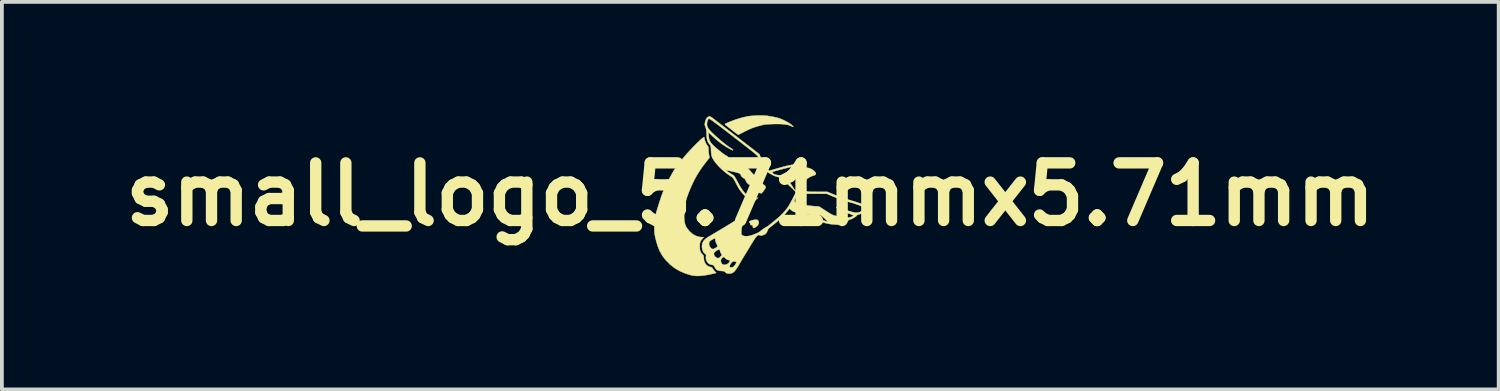
<source format=kicad_pcb>
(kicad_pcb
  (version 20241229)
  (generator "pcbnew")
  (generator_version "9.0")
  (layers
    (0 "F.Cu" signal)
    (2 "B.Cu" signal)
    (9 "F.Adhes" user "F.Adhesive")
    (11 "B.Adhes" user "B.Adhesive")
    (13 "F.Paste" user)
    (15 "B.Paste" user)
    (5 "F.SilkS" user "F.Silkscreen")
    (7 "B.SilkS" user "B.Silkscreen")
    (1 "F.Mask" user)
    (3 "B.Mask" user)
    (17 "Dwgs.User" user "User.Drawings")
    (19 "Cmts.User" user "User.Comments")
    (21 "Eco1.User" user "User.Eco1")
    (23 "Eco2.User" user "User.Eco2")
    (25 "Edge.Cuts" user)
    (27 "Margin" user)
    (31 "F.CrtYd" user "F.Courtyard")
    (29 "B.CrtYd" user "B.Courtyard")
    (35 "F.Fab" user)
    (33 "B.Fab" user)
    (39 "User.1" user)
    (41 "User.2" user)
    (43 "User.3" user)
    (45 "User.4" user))
  (footprint "small_logo_5.71mmx5.71mm"
    (layer "F.Cu")
    (at 16.808 2.096)
    (property "Reference" "small_logo_5.71mmx5.71mm" (at 0 0 0) (layer "F.SilkS") (effects (font (size 1.524 1.524) (thickness 0.3))))
    (attr through_hole)
    (fp_poly (pts (xy 0.179 0.67) (xy 0.197 0.679) (xy 0.206 0.689) (xy 0.225 0.727) (xy 0.222 0.771) (xy 0.2 0.815) (xy 0.16 0.854) (xy 0.148 0.862) (xy 0.109 0.883) (xy 0.084 0.887) (xy 0.07 0.875) (xy 0.068 0.87) (xy 0.066 0.841) (xy 0.068 0.832) (xy 0.067 0.818) (xy 0.046 0.813) (xy 0.038 0.813) (xy 0.01 0.809) (xy 0.001 0.794) (xy 0 0.786) (xy -0.009 0.756) (xy -0.021 0.743) (xy -0.033 0.731) (xy -0.028 0.719) (xy -0.006 0.704) (xy 0.026 0.689) (xy 0.073 0.677) (xy 0.107 0.672) (xy 0.152 0.668) (xy 0.179 0.67)) (stroke (width 0.01) (type solid)) (fill yes) (layer "F.SilkS"))
    (fp_poly (pts (xy 0.445 -2.081) (xy 0.578 -2.06) (xy 0.726 -2.027) (xy 0.733 -2.025) (xy 0.797 -2.004) (xy 0.87 -1.973) (xy 0.946 -1.935) (xy 1.017 -1.894) (xy 1.076 -1.855) (xy 1.103 -1.832) (xy 1.132 -1.804) (xy 1.141 -1.79) (xy 1.131 -1.789) (xy 1.1 -1.801) (xy 1.06 -1.82) (xy 1 -1.841) (xy 0.916 -1.855) (xy 0.807 -1.863) (xy 0.673 -1.865) (xy 0.608 -1.863) (xy 0.522 -1.86) (xy 0.456 -1.857) (xy 0.401 -1.852) (xy 0.353 -1.844) (xy 0.304 -1.833) (xy 0.248 -1.819) (xy 0.246 -1.818) (xy 0.164 -1.794) (xy 0.095 -1.773) (xy 0.032 -1.749) (xy -0.031 -1.722) (xy -0.104 -1.687) (xy -0.168 -1.655) (xy -0.222 -1.627) (xy -0.268 -1.604) (xy -0.301 -1.587) (xy -0.317 -1.579) (xy -0.318 -1.579) (xy -0.329 -1.586) (xy -0.357 -1.606) (xy -0.398 -1.636) (xy -0.447 -1.675) (xy -0.476 -1.697) (xy -0.532 -1.741) (xy -0.582 -1.781) (xy -0.623 -1.813) (xy -0.651 -1.834) (xy -0.658 -1.839) (xy -0.669 -1.849) (xy -0.673 -1.857) (xy -0.665 -1.866) (xy -0.643 -1.879) (xy -0.603 -1.897) (xy -0.55 -1.92) (xy -0.447 -1.96) (xy -0.334 -1.999) (xy -0.219 -2.032) (xy -0.111 -2.058) (xy -0.051 -2.069) (xy -0.005 -2.075) (xy 0.058 -2.081) (xy 0.129 -2.086) (xy 0.197 -2.09) (xy 0.32 -2.091) (xy 0.445 -2.081)) (stroke (width 0.01) (type solid)) (fill yes) (layer "F.SilkS"))
    (fp_poly (pts (xy -1.219 -1.514) (xy -1.214 -1.474) (xy -1.2 -1.424) (xy -1.18 -1.372) (xy -1.159 -1.327) (xy -1.138 -1.297) (xy -1.137 -1.296) (xy -1.12 -1.276) (xy -1.11 -1.254) (xy -1.106 -1.221) (xy -1.105 -1.178) (xy -1.103 -1.123) (xy -1.097 -1.069) (xy -1.091 -1.034) (xy -1.077 -0.978) (xy -1.164 -0.867) (xy -1.261 -0.74) (xy -1.344 -0.62) (xy -1.417 -0.501) (xy -1.485 -0.377) (xy -1.549 -0.243) (xy -1.614 -0.091) (xy -1.632 -0.046) (xy -1.68 0.086) (xy -1.715 0.205) (xy -1.737 0.319) (xy -1.748 0.437) (xy -1.749 0.464) (xy -1.751 0.58) (xy -1.747 0.675) (xy -1.735 0.754) (xy -1.716 0.819) (xy -1.688 0.874) (xy -1.682 0.883) (xy -1.609 0.976) (xy -1.526 1.048) (xy -1.436 1.098) (xy -1.342 1.125) (xy -1.31 1.128) (xy -1.23 1.133) (xy -1.267 1.173) (xy -1.302 1.214) (xy -1.323 1.252) (xy -1.334 1.297) (xy -1.338 1.357) (xy -1.339 1.378) (xy -1.335 1.449) (xy -1.324 1.503) (xy -1.301 1.546) (xy -1.265 1.587) (xy -1.245 1.61) (xy -1.235 1.638) (xy -1.232 1.679) (xy -1.232 1.685) (xy -1.222 1.758) (xy -1.196 1.822) (xy -1.155 1.873) (xy -1.104 1.906) (xy -1.081 1.913) (xy -1.048 1.92) (xy -1.028 1.925) (xy -1.011 1.939) (xy -0.99 1.967) (xy -0.985 1.976) (xy -0.961 2.012) (xy -0.935 2.041) (xy -0.931 2.044) (xy -0.91 2.063) (xy -0.902 2.074) (xy -0.913 2.08) (xy -0.945 2.089) (xy -0.992 2.1) (xy -1.049 2.112) (xy -1.111 2.125) (xy -1.174 2.136) (xy -1.229 2.145) (xy -1.332 2.156) (xy -1.432 2.157) (xy -1.521 2.148) (xy -1.556 2.141) (xy -1.722 2.09) (xy -1.87 2.027) (xy -2.001 1.949) (xy -2.122 1.855) (xy -2.235 1.74) (xy -2.257 1.715) (xy -2.333 1.614) (xy -2.396 1.501) (xy -2.449 1.372) (xy -2.493 1.224) (xy -2.496 1.21) (xy -2.515 1.134) (xy -2.527 1.072) (xy -2.535 1.018) (xy -2.539 0.961) (xy -2.54 0.892) (xy -2.54 0.868) (xy -2.539 0.797) (xy -2.536 0.734) (xy -2.53 0.673) (xy -2.521 0.612) (xy -2.506 0.546) (xy -2.487 0.47) (xy -2.46 0.38) (xy -2.427 0.274) (xy -2.406 0.208) (xy -2.373 0.105) (xy -2.344 0.02) (xy -2.317 -0.053) (xy -2.29 -0.119) (xy -2.26 -0.184) (xy -2.226 -0.256) (xy -2.188 -0.33) (xy -2.14 -0.423) (xy -2.101 -0.496) (xy -2.069 -0.555) (xy -2.042 -0.602) (xy -2.017 -0.642) (xy -1.993 -0.677) (xy -1.966 -0.713) (xy -1.938 -0.749) (xy -1.899 -0.8) (xy -1.858 -0.854) (xy -1.824 -0.901) (xy -1.823 -0.902) (xy -1.787 -0.949) (xy -1.741 -1.005) (xy -1.688 -1.067) (xy -1.629 -1.132) (xy -1.566 -1.199) (xy -1.503 -1.265) (xy -1.441 -1.328) (xy -1.382 -1.386) (xy -1.329 -1.436) (xy -1.284 -1.476) (xy -1.249 -1.503) (xy -1.227 -1.517) (xy -1.219 -1.514)) (stroke (width 0.01) (type solid)) (fill yes) (layer "F.SilkS"))
    (fp_poly (pts (xy -1.064 -2.063) (xy -1.039 -2.05) (xy -1.003 -2.025) (xy -0.969 -1.999) (xy -0.94 -1.976) (xy -0.893 -1.94) (xy -0.831 -1.892) (xy -0.755 -1.834) (xy -0.668 -1.767) (xy -0.573 -1.693) (xy -0.471 -1.615) (xy -0.365 -1.533) (xy -0.315 -1.494) (xy 0.239 -1.066) (xy 0.28 -0.968) (xy 0.319 -0.879) (xy 0.36 -0.8) (xy 0.401 -0.732) (xy 0.44 -0.679) (xy 0.475 -0.644) (xy 0.505 -0.628) (xy 0.519 -0.63) (xy 0.538 -0.636) (xy 0.577 -0.648) (xy 0.63 -0.664) (xy 0.695 -0.682) (xy 0.737 -0.694) (xy 0.858 -0.728) (xy 0.958 -0.754) (xy 1.04 -0.772) (xy 1.107 -0.784) (xy 1.162 -0.788) (xy 1.206 -0.785) (xy 1.245 -0.776) (xy 1.279 -0.761) (xy 1.3 -0.749) (xy 1.344 -0.725) (xy 1.386 -0.714) (xy 1.433 -0.711) (xy 1.533 -0.702) (xy 1.618 -0.673) (xy 1.686 -0.625) (xy 1.691 -0.621) (xy 1.726 -0.58) (xy 1.738 -0.548) (xy 1.727 -0.524) (xy 1.693 -0.506) (xy 1.673 -0.5) (xy 1.593 -0.47) (xy 1.512 -0.42) (xy 1.436 -0.356) (xy 1.369 -0.282) (xy 1.32 -0.209) (xy 1.31 -0.184) (xy 1.316 -0.167) (xy 1.334 -0.151) (xy 1.363 -0.133) (xy 1.405 -0.112) (xy 1.435 -0.099) (xy 1.46 -0.089) (xy 1.485 -0.082) (xy 1.513 -0.076) (xy 1.55 -0.073) (xy 1.598 -0.071) (xy 1.662 -0.07) (xy 1.747 -0.069) (xy 1.772 -0.069) (xy 2.038 -0.069) (xy 2.229 0.01) (xy 2.315 0.043) (xy 2.414 0.079) (xy 2.515 0.113) (xy 2.605 0.142) (xy 2.616 0.145) (xy 2.731 0.179) (xy 2.832 0.211) (xy 2.917 0.241) (xy 2.984 0.266) (xy 3.03 0.288) (xy 3.051 0.301) (xy 3.071 0.335) (xy 3.069 0.376) (xy 3.047 0.421) (xy 3.018 0.45) (xy 2.977 0.481) (xy 2.931 0.508) (xy 2.888 0.527) (xy 2.86 0.533) (xy 2.835 0.541) (xy 2.824 0.552) (xy 2.808 0.57) (xy 2.777 0.594) (xy 2.737 0.619) (xy 2.696 0.642) (xy 2.661 0.657) (xy 2.643 0.66) (xy 2.617 0.67) (xy 2.589 0.692) (xy 2.588 0.694) (xy 2.561 0.717) (xy 2.52 0.744) (xy 2.483 0.764) (xy 2.44 0.782) (xy 2.402 0.793) (xy 2.358 0.799) (xy 2.3 0.8) (xy 2.297 0.8) (xy 2.152 0.79) (xy 2.005 0.763) (xy 1.911 0.736) (xy 1.884 0.727) (xy 1.859 0.72) (xy 1.834 0.716) (xy 1.804 0.714) (xy 1.766 0.714) (xy 1.716 0.717) (xy 1.651 0.722) (xy 1.568 0.73) (xy 1.482 0.738) (xy 1.402 0.744) (xy 1.341 0.747) (xy 1.293 0.747) (xy 1.253 0.743) (xy 1.233 0.739) (xy 1.144 0.718) (xy 1.072 0.695) (xy 1.007 0.667) (xy 0.949 0.635) (xy 0.863 0.583) (xy 0.746 0.687) (xy 0.691 0.735) (xy 0.634 0.782) (xy 0.582 0.824) (xy 0.549 0.849) (xy 0.504 0.884) (xy 0.476 0.914) (xy 0.46 0.943) (xy 0.457 0.953) (xy 0.432 1.013) (xy 0.394 1.053) (xy 0.339 1.077) (xy 0.33 1.08) (xy 0.287 1.088) (xy 0.261 1.087) (xy 0.248 1.08) (xy 0.226 1.072) (xy 0.2 1.08) (xy 0.169 1.107) (xy 0.131 1.153) (xy 0.086 1.221) (xy 0.031 1.31) (xy 0.025 1.321) (xy -0.015 1.387) (xy -0.055 1.455) (xy -0.093 1.516) (xy -0.122 1.564) (xy -0.125 1.568) (xy -0.157 1.62) (xy -0.196 1.683) (xy -0.234 1.748) (xy -0.251 1.778) (xy -0.306 1.873) (xy -0.352 1.947) (xy -0.391 2.003) (xy -0.426 2.043) (xy -0.46 2.07) (xy -0.494 2.086) (xy -0.531 2.094) (xy -0.564 2.095) (xy -0.608 2.092) (xy -0.639 2.078) (xy -0.658 2.061) (xy -0.681 2.041) (xy -0.707 2.031) (xy -0.744 2.027) (xy -0.769 2.026) (xy -0.836 2.019) (xy -0.885 1.999) (xy -0.922 1.961) (xy -0.941 1.925) (xy -0.949 1.908) (xy -0.548 1.908) (xy -0.535 1.928) (xy -0.503 1.932) (xy -0.454 1.919) (xy -0.435 1.905) (xy -0.413 1.878) (xy -0.391 1.846) (xy -0.374 1.815) (xy -0.367 1.793) (xy -0.369 1.787) (xy -0.384 1.782) (xy -0.414 1.776) (xy -0.42 1.775) (xy -0.447 1.772) (xy -0.467 1.778) (xy -0.487 1.796) (xy -0.513 1.828) (xy -0.541 1.874) (xy -0.548 1.908) (xy -0.949 1.908) (xy -0.958 1.89) (xy -0.978 1.873) (xy -1.007 1.865) (xy -1.016 1.863) (xy -1.079 1.846) (xy -1.125 1.811) (xy -1.158 1.758) (xy -1.161 1.746) (xy -1.105 1.746) (xy -1.099 1.753) (xy -1.092 1.746) (xy -1.097 1.742) (xy -0.78 1.742) (xy -0.778 1.774) (xy -0.761 1.825) (xy -0.729 1.855) (xy -0.685 1.864) (xy -0.628 1.852) (xy -0.621 1.849) (xy -0.585 1.826) (xy -0.556 1.794) (xy -0.556 1.793) (xy -0.538 1.761) (xy -0.536 1.746) (xy -0.548 1.74) (xy -0.56 1.74) (xy -0.609 1.728) (xy -0.656 1.694) (xy -0.669 1.679) (xy -0.689 1.658) (xy -0.705 1.655) (xy -0.727 1.667) (xy -0.729 1.668) (xy -0.766 1.701) (xy -0.78 1.742) (xy -1.097 1.742) (xy -1.099 1.74) (xy -1.105 1.746) (xy -1.161 1.746) (xy -1.175 1.705) (xy -1.175 1.654) (xy -1.174 1.647) (xy -1.171 1.611) (xy -1.175 1.596) (xy -0.962 1.596) (xy -0.939 1.639) (xy -0.911 1.662) (xy -0.873 1.683) (xy -0.843 1.686) (xy -0.813 1.669) (xy -0.788 1.645) (xy -0.763 1.618) (xy -0.754 1.601) (xy -0.758 1.587) (xy -0.766 1.577) (xy -0.783 1.549) (xy -0.795 1.511) (xy -0.796 1.51) (xy -0.805 1.479) (xy -0.816 1.459) (xy -0.817 1.458) (xy -0.837 1.459) (xy -0.868 1.471) (xy -0.903 1.492) (xy -0.935 1.515) (xy -0.956 1.538) (xy -0.96 1.546) (xy -0.962 1.596) (xy -1.175 1.596) (xy -1.176 1.59) (xy -1.194 1.574) (xy -1.198 1.571) (xy -1.237 1.532) (xy -1.265 1.475) (xy -1.279 1.408) (xy -1.28 1.358) (xy -1.271 1.31) (xy -1.092 1.31) (xy -1.08 1.369) (xy -1.045 1.418) (xy -1.037 1.425) (xy -1.002 1.444) (xy -0.967 1.443) (xy -0.924 1.42) (xy -0.916 1.414) (xy -0.887 1.393) (xy -0.868 1.379) (xy -0.865 1.376) (xy -0.868 1.364) (xy -0.88 1.336) (xy -0.894 1.306) (xy -0.913 1.262) (xy -0.925 1.219) (xy -0.927 1.197) (xy -0.927 1.155) (xy -1.002 1.193) (xy -1.048 1.219) (xy -1.076 1.242) (xy -1.089 1.269) (xy -1.092 1.306) (xy -1.092 1.31) (xy -1.271 1.31) (xy -1.268 1.29) (xy -1.239 1.231) (xy -1.19 1.179) (xy -1.12 1.129) (xy -1.111 1.124) (xy -0.957 1.032) (xy -0.823 0.953) (xy -0.707 0.884) (xy -0.609 0.824) (xy -0.525 0.773) (xy -0.456 0.73) (xy -0.399 0.692) (xy -0.352 0.66) (xy -0.314 0.632) (xy -0.283 0.608) (xy -0.258 0.585) (xy -0.237 0.563) (xy -0.218 0.541) (xy -0.2 0.517) (xy -0.198 0.516) (xy -0.164 0.469) (xy -0.126 0.415) (xy -0.087 0.358) (xy -0.05 0.303) (xy -0.018 0.253) (xy 0.007 0.212) (xy 0.022 0.186) (xy 0.025 0.178) (xy 0.015 0.166) (xy -0.01 0.147) (xy -0.03 0.135) (xy -0.073 0.103) (xy -0.126 0.056) (xy -0.181 -0.001) (xy -0.234 -0.062) (xy -0.279 -0.122) (xy -0.291 -0.139) (xy -0.317 -0.183) (xy -0.349 -0.24) (xy -0.381 -0.301) (xy -0.394 -0.326) (xy -0.426 -0.388) (xy -0.454 -0.43) (xy -0.48 -0.457) (xy -0.491 -0.465) (xy -0.582 -0.524) (xy -0.674 -0.594) (xy -0.743 -0.654) (xy -0.673 -0.654) (xy -0.667 -0.648) (xy -0.66 -0.654) (xy -0.667 -0.66) (xy -0.673 -0.654) (xy -0.743 -0.654) (xy -0.762 -0.671) (xy -0.844 -0.752) (xy -0.914 -0.832) (xy -0.969 -0.906) (xy -0.993 -0.95) (xy -1.009 -0.984) (xy -0.622 -0.984) (xy -0.616 -0.978) (xy -0.61 -0.984) (xy -0.616 -0.991) (xy -0.622 -0.984) (xy -1.009 -0.984) (xy -1.013 -0.993) (xy -1.026 -1.03) (xy -1.033 -1.07) (xy -1.037 -1.122) (xy -1.039 -1.161) (xy -1.042 -1.22) (xy -1.045 -1.26) (xy -1.052 -1.286) (xy -1.062 -1.306) (xy -1.078 -1.325) (xy -1.08 -1.327) (xy -1.117 -1.379) (xy -1.142 -1.442) (xy -1.154 -1.523) (xy -1.157 -1.594) (xy -1.158 -1.661) (xy -1.164 -1.712) (xy -1.176 -1.756) (xy -1.184 -1.775) (xy -1.199 -1.817) (xy -1.205 -1.85) (xy -1.203 -1.871) (xy -1.148 -1.871) (xy -1.145 -1.824) (xy -1.143 -1.816) (xy -1.129 -1.779) (xy -1.107 -1.741) (xy -1.074 -1.699) (xy -1.028 -1.65) (xy -0.965 -1.59) (xy -0.915 -1.544) (xy -0.817 -1.457) (xy -0.724 -1.379) (xy -0.639 -1.312) (xy -0.565 -1.258) (xy -0.511 -1.223) (xy -0.48 -1.203) (xy -0.46 -1.186) (xy -0.457 -1.18) (xy -0.46 -1.171) (xy -0.47 -1.171) (xy -0.494 -1.18) (xy -0.524 -1.195) (xy -0.643 -1.262) (xy -0.761 -1.341) (xy -0.882 -1.436) (xy -1.009 -1.551) (xy -1.014 -1.556) (xy -1.108 -1.645) (xy -1.103 -1.556) (xy -1.095 -1.49) (xy -1.08 -1.434) (xy -1.052 -1.382) (xy -1.011 -1.33) (xy -0.951 -1.272) (xy -0.915 -1.24) (xy -0.83 -1.168) (xy -0.761 -1.112) (xy -0.704 -1.069) (xy -0.657 -1.038) (xy -0.63 -1.022) (xy -0.601 -1.004) (xy -0.585 -0.987) (xy -0.584 -0.983) (xy -0.576 -0.974) (xy -0.552 -0.96) (xy -0.509 -0.94) (xy -0.447 -0.913) (xy -0.364 -0.879) (xy -0.259 -0.837) (xy -0.222 -0.822) (xy -0.188 -0.808) (xy -0.159 -0.79) (xy -0.13 -0.766) (xy -0.095 -0.732) (xy -0.052 -0.682) (xy -0.038 -0.667) (xy 0.021 -0.599) (xy 0.084 -0.529) (xy 0.148 -0.461) (xy 0.209 -0.397) (xy 0.265 -0.341) (xy 0.313 -0.295) (xy 0.349 -0.262) (xy 0.371 -0.246) (xy 0.4 -0.221) (xy 0.406 -0.187) (xy 0.389 -0.143) (xy 0.349 -0.089) (xy 0.335 -0.073) (xy 0.295 -0.029) (xy 0.225 -0.043) (xy 0.154 -0.065) (xy 0.108 -0.095) (xy 0.267 -0.095) (xy 0.273 -0.089) (xy 0.279 -0.095) (xy 0.273 -0.102) (xy 0.267 -0.095) (xy 0.108 -0.095) (xy 0.102 -0.099) (xy 0.067 -0.149) (xy 0.055 -0.177) (xy 0.038 -0.217) (xy 0.019 -0.238) (xy 0.001 -0.246) (xy -0.036 -0.263) (xy -0.075 -0.295) (xy -0.106 -0.334) (xy -0.121 -0.369) (xy -0.137 -0.401) (xy -0.174 -0.43) (xy -0.182 -0.435) (xy -0.224 -0.466) (xy -0.248 -0.504) (xy -0.249 -0.508) (xy -0.263 -0.538) (xy -0.286 -0.556) (xy -0.319 -0.569) (xy -0.358 -0.579) (xy -0.408 -0.592) (xy -0.464 -0.605) (xy -0.52 -0.618) (xy -0.572 -0.629) (xy -0.614 -0.637) (xy -0.64 -0.641) (xy -0.646 -0.641) (xy -0.638 -0.633) (xy -0.615 -0.615) (xy -0.581 -0.591) (xy -0.542 -0.566) (xy -0.504 -0.542) (xy -0.472 -0.524) (xy -0.464 -0.519) (xy -0.445 -0.507) (xy -0.425 -0.484) (xy -0.401 -0.449) (xy -0.371 -0.396) (xy -0.342 -0.341) (xy -0.269 -0.21) (xy -0.198 -0.102) (xy -0.125 -0.014) (xy -0.051 0.055) (xy -0.003 0.089) (xy 0.032 0.108) (xy 0.066 0.116) (xy 0.106 0.113) (xy 0.158 0.099) (xy 0.186 0.089) (xy 0.205 0.083) (xy 0.208 0.086) (xy 0.194 0.1) (xy 0.171 0.119) (xy 0.137 0.149) (xy 0.109 0.176) (xy 0.084 0.203) (xy 0.059 0.235) (xy 0.029 0.279) (xy -0.01 0.338) (xy -0.022 0.356) (xy -0.107 0.503) (xy -0.169 0.652) (xy -0.212 0.812) (xy -0.223 0.87) (xy -0.234 0.942) (xy -0.239 0.993) (xy -0.239 1.029) (xy -0.234 1.054) (xy -0.222 1.072) (xy -0.216 1.079) (xy -0.184 1.096) (xy -0.135 1.105) (xy -0.075 1.104) (xy -0.011 1.095) (xy 0.039 1.081) (xy 0.096 1.059) (xy 0.152 1.037) (xy 0.2 1.015) (xy 0.236 0.996) (xy 0.255 0.983) (xy 0.256 0.981) (xy 0.268 0.97) (xy 0.294 0.949) (xy 0.329 0.924) (xy 0.366 0.898) (xy 0.399 0.877) (xy 0.42 0.865) (xy 0.424 0.864) (xy 0.44 0.856) (xy 0.472 0.834) (xy 0.515 0.801) (xy 0.567 0.759) (xy 0.624 0.713) (xy 0.683 0.663) (xy 0.739 0.615) (xy 0.79 0.57) (xy 0.818 0.543) (xy 0.902 0.543) (xy 0.95 0.574) (xy 1.046 0.627) (xy 1.153 0.666) (xy 1.184 0.673) (xy 1.215 0.679) (xy 1.254 0.682) (xy 1.305 0.683) (xy 1.369 0.683) (xy 1.451 0.68) (xy 1.551 0.676) (xy 1.674 0.67) (xy 1.734 0.666) (xy 1.795 0.664) (xy 1.841 0.664) (xy 1.878 0.669) (xy 1.917 0.68) (xy 1.949 0.691) (xy 1.994 0.707) (xy 2.029 0.718) (xy 2.047 0.724) (xy 2.048 0.724) (xy 2.044 0.716) (xy 2.025 0.694) (xy 1.995 0.662) (xy 1.974 0.641) (xy 1.934 0.604) (xy 1.897 0.574) (xy 1.869 0.555) (xy 1.861 0.551) (xy 1.832 0.551) (xy 1.791 0.559) (xy 1.772 0.564) (xy 1.701 0.578) (xy 1.634 0.57) (xy 1.591 0.551) (xy 1.559 0.54) (xy 1.509 0.539) (xy 1.49 0.541) (xy 1.445 0.544) (xy 1.412 0.539) (xy 1.381 0.525) (xy 1.355 0.509) (xy 1.308 0.483) (xy 1.263 0.472) (xy 1.231 0.47) (xy 1.174 0.465) (xy 1.129 0.449) (xy 1.085 0.417) (xy 1.075 0.408) (xy 1.039 0.375) (xy 1.008 0.413) (xy 0.979 0.448) (xy 0.947 0.488) (xy 0.939 0.497) (xy 0.902 0.543) (xy 0.818 0.543) (xy 0.831 0.531) (xy 0.858 0.504) (xy 0.908 0.448) (xy 0.951 0.397) (xy 0.989 0.346) (xy 1.025 0.289) (xy 1.064 0.221) (xy 1.096 0.161) (xy 1.167 0.161) (xy 1.168 0.186) (xy 1.184 0.204) (xy 1.219 0.22) (xy 1.274 0.238) (xy 1.3 0.246) (xy 1.375 0.267) (xy 1.452 0.283) (xy 1.538 0.296) (xy 1.639 0.306) (xy 1.702 0.311) (xy 1.822 0.32) (xy 1.999 0.435) (xy 2.06 0.474) (xy 2.116 0.508) (xy 2.163 0.534) (xy 2.196 0.55) (xy 2.208 0.554) (xy 2.237 0.56) (xy 2.279 0.572) (xy 2.328 0.589) (xy 2.33 0.59) (xy 2.382 0.607) (xy 2.426 0.616) (xy 2.474 0.619) (xy 2.527 0.618) (xy 2.61 0.611) (xy 2.67 0.596) (xy 2.683 0.59) (xy 2.712 0.574) (xy 2.729 0.561) (xy 2.731 0.559) (xy 2.719 0.551) (xy 2.69 0.537) (xy 2.647 0.519) (xy 2.619 0.509) (xy 2.552 0.482) (xy 2.48 0.451) (xy 2.41 0.418) (xy 2.347 0.386) (xy 2.297 0.358) (xy 2.271 0.341) (xy 2.272 0.337) (xy 2.295 0.341) (xy 2.339 0.353) (xy 2.4 0.372) (xy 2.478 0.397) (xy 2.486 0.4) (xy 2.59 0.434) (xy 2.674 0.459) (xy 2.741 0.475) (xy 2.794 0.483) (xy 2.839 0.483) (xy 2.877 0.475) (xy 2.912 0.459) (xy 2.938 0.443) (xy 2.983 0.409) (xy 3.01 0.378) (xy 3.019 0.354) (xy 3.014 0.343) (xy 2.996 0.333) (xy 2.96 0.317) (xy 2.911 0.297) (xy 2.854 0.276) (xy 2.797 0.255) (xy 2.743 0.237) (xy 2.7 0.224) (xy 2.694 0.223) (xy 2.604 0.198) (xy 2.502 0.166) (xy 2.395 0.13) (xy 2.291 0.093) (xy 2.2 0.058) (xy 2.16 0.041) (xy 2.026 -0.017) (xy 1.48 -0.019) (xy 1.391 -0.063) (xy 1.348 -0.084) (xy 1.314 -0.101) (xy 1.295 -0.11) (xy 1.294 -0.111) (xy 1.285 -0.103) (xy 1.272 -0.079) (xy 1.27 -0.074) (xy 1.257 -0.043) (xy 1.237 0.002) (xy 1.213 0.055) (xy 1.203 0.075) (xy 1.18 0.126) (xy 1.167 0.161) (xy 1.096 0.161) (xy 1.109 0.137) (xy 1.125 0.106) (xy 1.211 -0.061) (xy 1.086 -0.182) (xy 1.037 -0.229) (xy 0.99 -0.27) (xy 0.952 -0.302) (xy 0.925 -0.321) (xy 0.922 -0.323) (xy 0.891 -0.343) (xy 0.856 -0.375) (xy 0.842 -0.391) (xy 1.003 -0.391) (xy 1.015 -0.356) (xy 1.044 -0.312) (xy 1.081 -0.263) (xy 1.107 -0.229) (xy 1.125 -0.202) (xy 1.13 -0.19) (xy 1.138 -0.176) (xy 1.155 -0.151) (xy 1.176 -0.126) (xy 1.194 -0.106) (xy 1.201 -0.102) (xy 1.209 -0.112) (xy 1.224 -0.139) (xy 1.24 -0.168) (xy 1.277 -0.235) (xy 1.321 -0.302) (xy 1.367 -0.363) (xy 1.41 -0.41) (xy 1.429 -0.427) (xy 1.475 -0.464) (xy 1.436 -0.507) (xy 1.412 -0.538) (xy 1.398 -0.566) (xy 1.397 -0.574) (xy 1.392 -0.594) (xy 1.377 -0.593) (xy 1.357 -0.571) (xy 1.345 -0.553) (xy 1.319 -0.51) (xy 1.274 -0.54) (xy 1.23 -0.571) (xy 1.194 -0.544) (xy 1.152 -0.524) (xy 1.127 -0.525) (xy 1.102 -0.525) (xy 1.076 -0.509) (xy 1.058 -0.492) (xy 1.025 -0.454) (xy 1.006 -0.422) (xy 1.003 -0.391) (xy 0.842 -0.391) (xy 0.836 -0.397) (xy 0.803 -0.432) (xy 0.774 -0.451) (xy 0.738 -0.461) (xy 0.735 -0.461) (xy 0.68 -0.475) (xy 0.614 -0.502) (xy 0.544 -0.538) (xy 0.479 -0.579) (xy 0.465 -0.59) (xy 0.584 -0.59) (xy 0.589 -0.57) (xy 0.611 -0.548) (xy 0.638 -0.533) (xy 0.696 -0.516) (xy 0.77 -0.509) (xy 0.851 -0.511) (xy 0.93 -0.522) (xy 1.001 -0.542) (xy 1.049 -0.566) (xy 1.074 -0.594) (xy 1.105 -0.594) (xy 1.111 -0.565) (xy 1.124 -0.55) (xy 1.154 -0.543) (xy 1.183 -0.554) (xy 1.202 -0.579) (xy 1.201 -0.605) (xy 1.181 -0.625) (xy 1.151 -0.633) (xy 1.144 -0.632) (xy 1.117 -0.619) (xy 1.105 -0.594) (xy 1.074 -0.594) (xy 1.076 -0.596) (xy 1.079 -0.603) (xy 1.102 -0.63) (xy 1.139 -0.649) (xy 1.181 -0.656) (xy 1.218 -0.648) (xy 1.218 -0.648) (xy 1.244 -0.64) (xy 1.266 -0.651) (xy 1.271 -0.655) (xy 1.289 -0.675) (xy 1.295 -0.686) (xy 1.284 -0.699) (xy 1.256 -0.714) (xy 1.22 -0.727) (xy 1.183 -0.735) (xy 1.166 -0.737) (xy 1.122 -0.733) (xy 1.056 -0.721) (xy 0.97 -0.702) (xy 0.867 -0.676) (xy 0.748 -0.645) (xy 0.617 -0.607) (xy 0.6 -0.602) (xy 0.584 -0.59) (xy 0.465 -0.59) (xy 0.426 -0.62) (xy 0.416 -0.63) (xy 0.376 -0.678) (xy 0.333 -0.743) (xy 0.29 -0.819) (xy 0.25 -0.901) (xy 0.222 -0.969) (xy 0.217 -0.982) (xy 0.21 -0.994) (xy 0.2 -1.008) (xy 0.185 -1.025) (xy 0.164 -1.045) (xy 0.136 -1.071) (xy 0.098 -1.103) (xy 0.05 -1.142) (xy -0.011 -1.19) (xy -0.085 -1.248) (xy -0.175 -1.318) (xy -0.281 -1.4) (xy -0.405 -1.496) (xy -0.442 -1.525) (xy -0.572 -1.625) (xy -0.683 -1.71) (xy -0.777 -1.782) (xy -0.855 -1.842) (xy -0.919 -1.89) (xy -0.971 -1.928) (xy -1.012 -1.957) (xy -1.043 -1.978) (xy -1.066 -1.992) (xy -1.082 -2) (xy -1.093 -2.003) (xy -1.101 -2.002) (xy -1.106 -1.999) (xy -1.126 -1.968) (xy -1.141 -1.922) (xy -1.148 -1.871) (xy -1.203 -1.871) (xy -1.202 -1.886) (xy -1.196 -1.915) (xy -1.174 -1.986) (xy -1.143 -2.035) (xy -1.101 -2.063) (xy -1.101 -2.063) (xy -1.083 -2.067) (xy -1.064 -2.063)) (stroke (width 0.01) (type solid)) (fill yes) (layer "F.SilkS")))
  (gr_rect
    (start -3 -3)
    (end 36.615 7.257)
    (stroke (width 0.1) (type default))
    (fill no)
    (layer "Edge.Cuts")))
</source>
